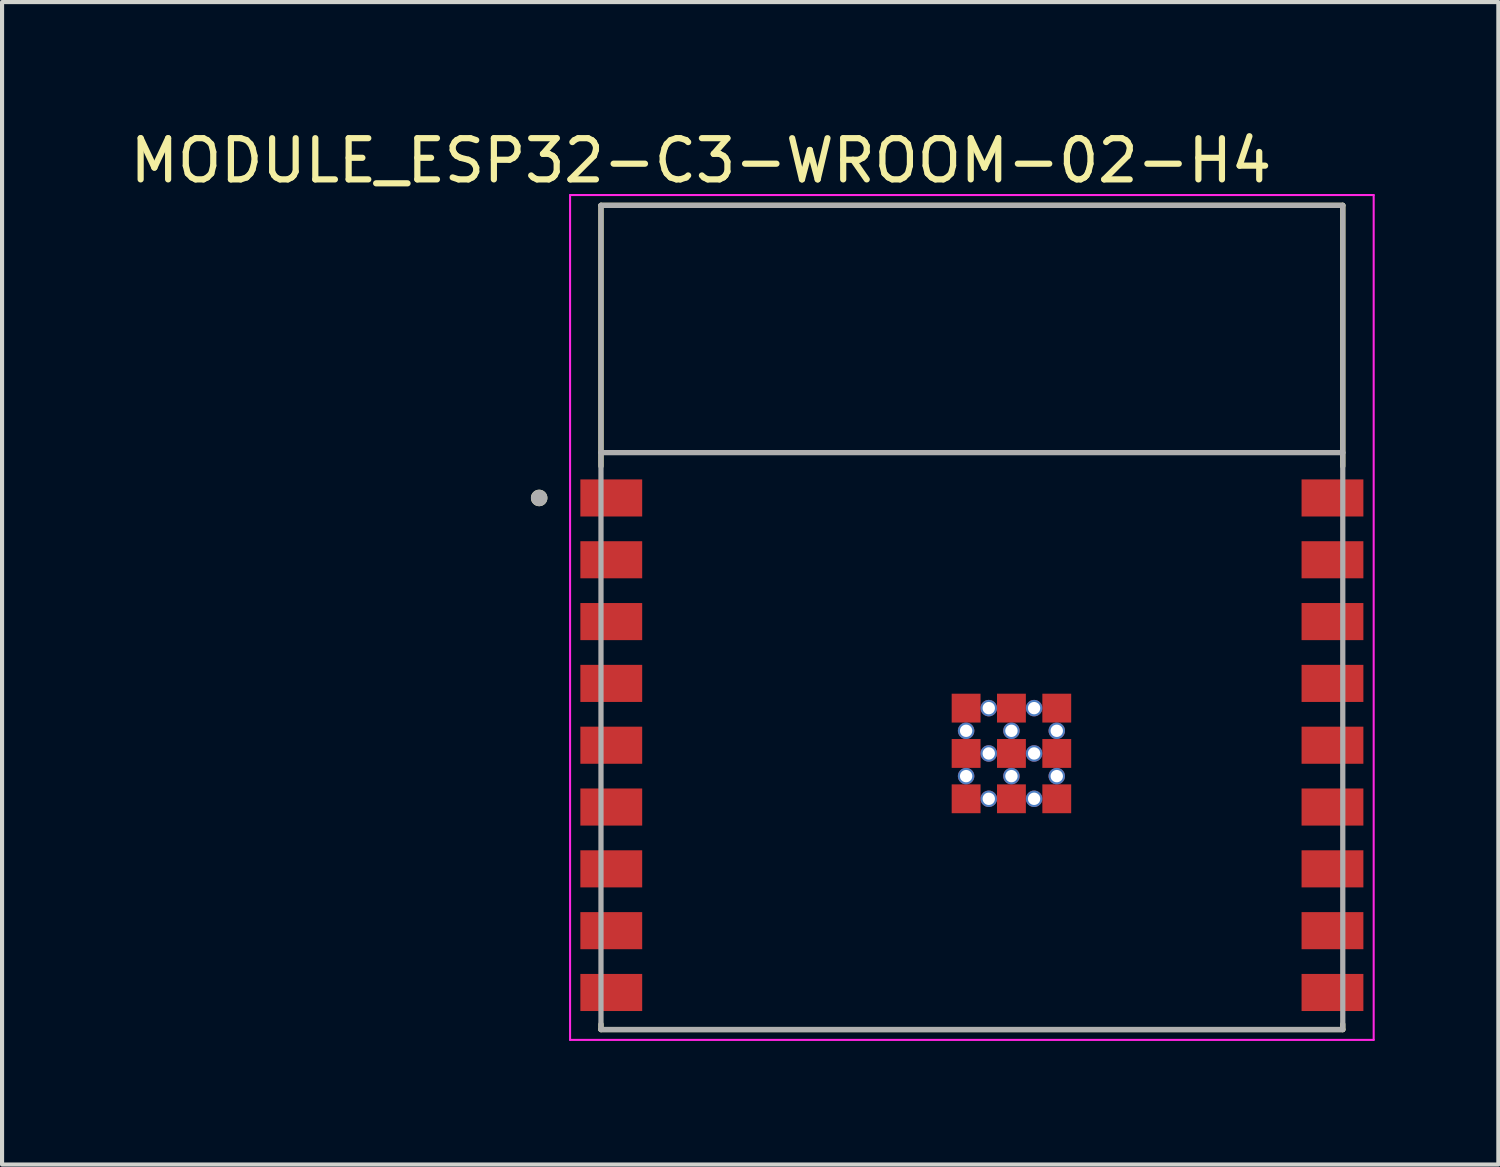
<source format=kicad_pcb>
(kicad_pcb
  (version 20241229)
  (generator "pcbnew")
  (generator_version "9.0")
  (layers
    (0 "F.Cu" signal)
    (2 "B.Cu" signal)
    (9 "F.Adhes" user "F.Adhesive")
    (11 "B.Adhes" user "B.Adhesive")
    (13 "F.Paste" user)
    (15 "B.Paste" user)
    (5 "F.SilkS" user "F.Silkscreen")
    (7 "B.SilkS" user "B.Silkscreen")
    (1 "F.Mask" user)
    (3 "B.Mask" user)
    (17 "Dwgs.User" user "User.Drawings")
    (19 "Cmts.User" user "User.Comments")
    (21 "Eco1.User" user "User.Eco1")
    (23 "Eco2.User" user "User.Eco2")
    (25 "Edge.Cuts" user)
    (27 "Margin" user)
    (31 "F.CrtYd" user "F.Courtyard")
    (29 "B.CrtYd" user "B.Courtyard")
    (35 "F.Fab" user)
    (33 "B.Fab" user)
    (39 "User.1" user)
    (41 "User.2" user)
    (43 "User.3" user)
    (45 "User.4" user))
  (footprint "MODULE_ESP32-C3-WROOM-02-H4"
    (layer "F.Cu")
    (at 20.533 11.933)
    (property "Reference" "MODULE_ESP32-C3-WROOM-02-H4" (at -6.575 -11.085 0) (layer "F.SilkS") (effects (font (size 1 1) (thickness 0.15))))
    (attr smd)
    (fp_line (start -9 -10) (end -9 -3.67) (stroke (width 0.127) (type solid)) (layer "F.SilkS"))
    (fp_line (start -9 10) (end -9 9.87) (stroke (width 0.127) (type solid)) (layer "F.SilkS"))
    (fp_line (start -9 10) (end 9 10) (stroke (width 0.127) (type solid)) (layer "F.SilkS"))
    (fp_line (start 9 -10) (end -9 -10) (stroke (width 0.127) (type solid)) (layer "F.SilkS"))
    (fp_line (start 9 -3.67) (end 9 -10) (stroke (width 0.127) (type solid)) (layer "F.SilkS"))
    (fp_line (start 9 10) (end 9 9.87) (stroke (width 0.127) (type solid)) (layer "F.SilkS"))
    (fp_circle (center -10.5 -2.9) (end -10.4 -2.9) (stroke (width 0.2) (type solid)) (fill no) (layer "F.SilkS"))
    (fp_line (start -9.75 -10.25) (end -9.75 10.25) (stroke (width 0.05) (type solid)) (layer "F.CrtYd"))
    (fp_line (start -9.75 10.25) (end 9.75 10.25) (stroke (width 0.05) (type solid)) (layer "F.CrtYd"))
    (fp_line (start 9.75 -10.25) (end -9.75 -10.25) (stroke (width 0.05) (type solid)) (layer "F.CrtYd"))
    (fp_line (start 9.75 10.25) (end 9.75 -10.25) (stroke (width 0.05) (type solid)) (layer "F.CrtYd"))
    (fp_line (start -9 -10) (end -9 -4) (stroke (width 0.127) (type solid)) (layer "F.Fab"))
    (fp_line (start -9 -4) (end -9 10) (stroke (width 0.127) (type solid)) (layer "F.Fab"))
    (fp_line (start -9 10) (end 9 10) (stroke (width 0.127) (type solid)) (layer "F.Fab"))
    (fp_line (start 9 -10) (end -9 -10) (stroke (width 0.127) (type solid)) (layer "F.Fab"))
    (fp_line (start 9 -4) (end -9 -4) (stroke (width 0.127) (type solid)) (layer "F.Fab"))
    (fp_line (start 9 -4) (end 9 -10) (stroke (width 0.127) (type solid)) (layer "F.Fab"))
    (fp_line (start 9 10) (end 9 -4) (stroke (width 0.127) (type solid)) (layer "F.Fab"))
    (fp_circle (center -10.5 -2.9) (end -10.4 -2.9) (stroke (width 0.2) (type solid)) (fill no) (layer "F.Fab"))
    (pad "1" smd rect (at -8.75 -2.9) (size 1.5 0.9) (layers "F.Cu" "F.Mask" "F.Paste"))
    (pad "2" smd rect (at -8.75 -1.4) (size 1.5 0.9) (layers "F.Cu" "F.Mask" "F.Paste"))
    (pad "3" smd rect (at -8.75 0.1) (size 1.5 0.9) (layers "F.Cu" "F.Mask" "F.Paste"))
    (pad "4" smd rect (at -8.75 1.6) (size 1.5 0.9) (layers "F.Cu" "F.Mask" "F.Paste"))
    (pad "5" smd rect (at -8.75 3.1) (size 1.5 0.9) (layers "F.Cu" "F.Mask" "F.Paste"))
    (pad "6" smd rect (at -8.75 4.6) (size 1.5 0.9) (layers "F.Cu" "F.Mask" "F.Paste"))
    (pad "7" smd rect (at -8.75 6.1) (size 1.5 0.9) (layers "F.Cu" "F.Mask" "F.Paste"))
    (pad "8" smd rect (at -8.75 7.6) (size 1.5 0.9) (layers "F.Cu" "F.Mask" "F.Paste"))
    (pad "9" smd rect (at -8.75 9.1) (size 1.5 0.9) (layers "F.Cu" "F.Mask" "F.Paste"))
    (pad "10" smd rect (at 8.75 9.1) (size 1.5 0.9) (layers "F.Cu" "F.Mask" "F.Paste"))
    (pad "11" smd rect (at 8.75 7.6) (size 1.5 0.9) (layers "F.Cu" "F.Mask" "F.Paste"))
    (pad "12" smd rect (at 8.75 6.1) (size 1.5 0.9) (layers "F.Cu" "F.Mask" "F.Paste"))
    (pad "13" smd rect (at 8.75 4.6) (size 1.5 0.9) (layers "F.Cu" "F.Mask" "F.Paste"))
    (pad "14" smd rect (at 8.75 3.1) (size 1.5 0.9) (layers "F.Cu" "F.Mask" "F.Paste"))
    (pad "15" smd rect (at 8.75 1.6) (size 1.5 0.9) (layers "F.Cu" "F.Mask" "F.Paste"))
    (pad "16" smd rect (at 8.75 0.1) (size 1.5 0.9) (layers "F.Cu" "F.Mask" "F.Paste"))
    (pad "17" smd rect (at 8.75 -1.4) (size 1.5 0.9) (layers "F.Cu" "F.Mask" "F.Paste"))
    (pad "18" smd rect (at 8.75 -2.9) (size 1.5 0.9) (layers "F.Cu" "F.Mask" "F.Paste"))
    (pad "19" smd rect (at -0.14 2.2) (size 0.7 0.7) (layers "F.Cu" "F.Mask" "F.Paste"))
    (pad "20" smd rect (at 0.96 2.2) (size 0.7 0.7) (layers "F.Cu" "F.Mask" "F.Paste"))
    (pad "21" smd rect (at 2.06 2.2) (size 0.7 0.7) (layers "F.Cu" "F.Mask" "F.Paste"))
    (pad "22" smd rect (at -0.14 3.3) (size 0.7 0.7) (layers "F.Cu" "F.Mask" "F.Paste"))
    (pad "23" smd rect (at 0.96 3.3) (size 0.7 0.7) (layers "F.Cu" "F.Mask" "F.Paste"))
    (pad "24" smd rect (at 2.06 3.3) (size 0.7 0.7) (layers "F.Cu" "F.Mask" "F.Paste"))
    (pad "25" smd rect (at -0.14 4.4) (size 0.7 0.7) (layers "F.Cu" "F.Mask" "F.Paste"))
    (pad "26" smd rect (at 0.96 4.4) (size 0.7 0.7) (layers "F.Cu" "F.Mask" "F.Paste"))
    (pad "27" smd rect (at 2.06 4.4) (size 0.7 0.7) (layers "F.Cu" "F.Mask" "F.Paste"))
    (pad "28" thru_hole circle (at 0.41 2.2) (size 0.4 0.4) (drill 0.3) (layers "*.Cu"))
    (pad "29" thru_hole circle (at 1.51 2.2) (size 0.4 0.4) (drill 0.3) (layers "*.Cu"))
    (pad "30" thru_hole circle (at -0.14 2.75) (size 0.4 0.4) (drill 0.3) (layers "*.Cu"))
    (pad "31" thru_hole circle (at 0.96 2.75) (size 0.4 0.4) (drill 0.3) (layers "*.Cu"))
    (pad "32" thru_hole circle (at 2.06 2.75) (size 0.4 0.4) (drill 0.3) (layers "*.Cu"))
    (pad "33" thru_hole circle (at 0.41 3.3) (size 0.4 0.4) (drill 0.3) (layers "*.Cu"))
    (pad "34" thru_hole circle (at 1.51 3.3) (size 0.4 0.4) (drill 0.3) (layers "*.Cu"))
    (pad "35" thru_hole circle (at -0.14 3.85) (size 0.4 0.4) (drill 0.3) (layers "*.Cu"))
    (pad "36" thru_hole circle (at 0.96 3.85) (size 0.4 0.4) (drill 0.3) (layers "*.Cu"))
    (pad "37" thru_hole circle (at 2.06 3.85) (size 0.4 0.4) (drill 0.3) (layers "*.Cu"))
    (pad "38" thru_hole circle (at 0.41 4.4) (size 0.4 0.4) (drill 0.3) (layers "*.Cu"))
    (pad "39" thru_hole circle (at 1.51 4.4) (size 0.4 0.4) (drill 0.3) (layers "*.Cu"))
    (zone (net_name "") (layer "F.Cu") (hatch full 0.508) (connect_pads) (min_thickness 0.01) (filled_areas_thickness no) (keepout (tracks not_allowed) (vias not_allowed) (pads not_allowed) (copperpour not_allowed) (footprints allowed)) (placement (enabled no)) (fill) (polygon (pts (xy 11.533 1.933) (xy 29.533 1.933) (xy 29.533 7.933) (xy 11.533 7.933))))
    (zone (net_name "") (layers "F.Cu" "B.Cu") (hatch full 0.508) (connect_pads) (min_thickness 0.01) (filled_areas_thickness no) (keepout (tracks allowed) (vias not_allowed) (pads allowed) (copperpour allowed) (footprints allowed)) (placement (enabled no)) (fill) (polygon (pts (xy 11.533 1.933) (xy 29.533 1.933) (xy 29.533 7.933) (xy 11.533 7.933))))
    (zone (net_name "") (layer "B.Cu") (hatch full 0.508) (connect_pads) (min_thickness 0.01) (filled_areas_thickness no) (keepout (tracks not_allowed) (vias not_allowed) (pads not_allowed) (copperpour not_allowed) (footprints allowed)) (placement (enabled no)) (fill) (polygon (pts (xy 11.533 1.933) (xy 29.533 1.933) (xy 29.533 7.933) (xy 11.533 7.933)))))
  (gr_rect
    (start -3 -3)
    (end 33.308 25.208)
    (stroke (width 0.1) (type default))
    (fill no)
    (layer "Edge.Cuts")))
</source>
